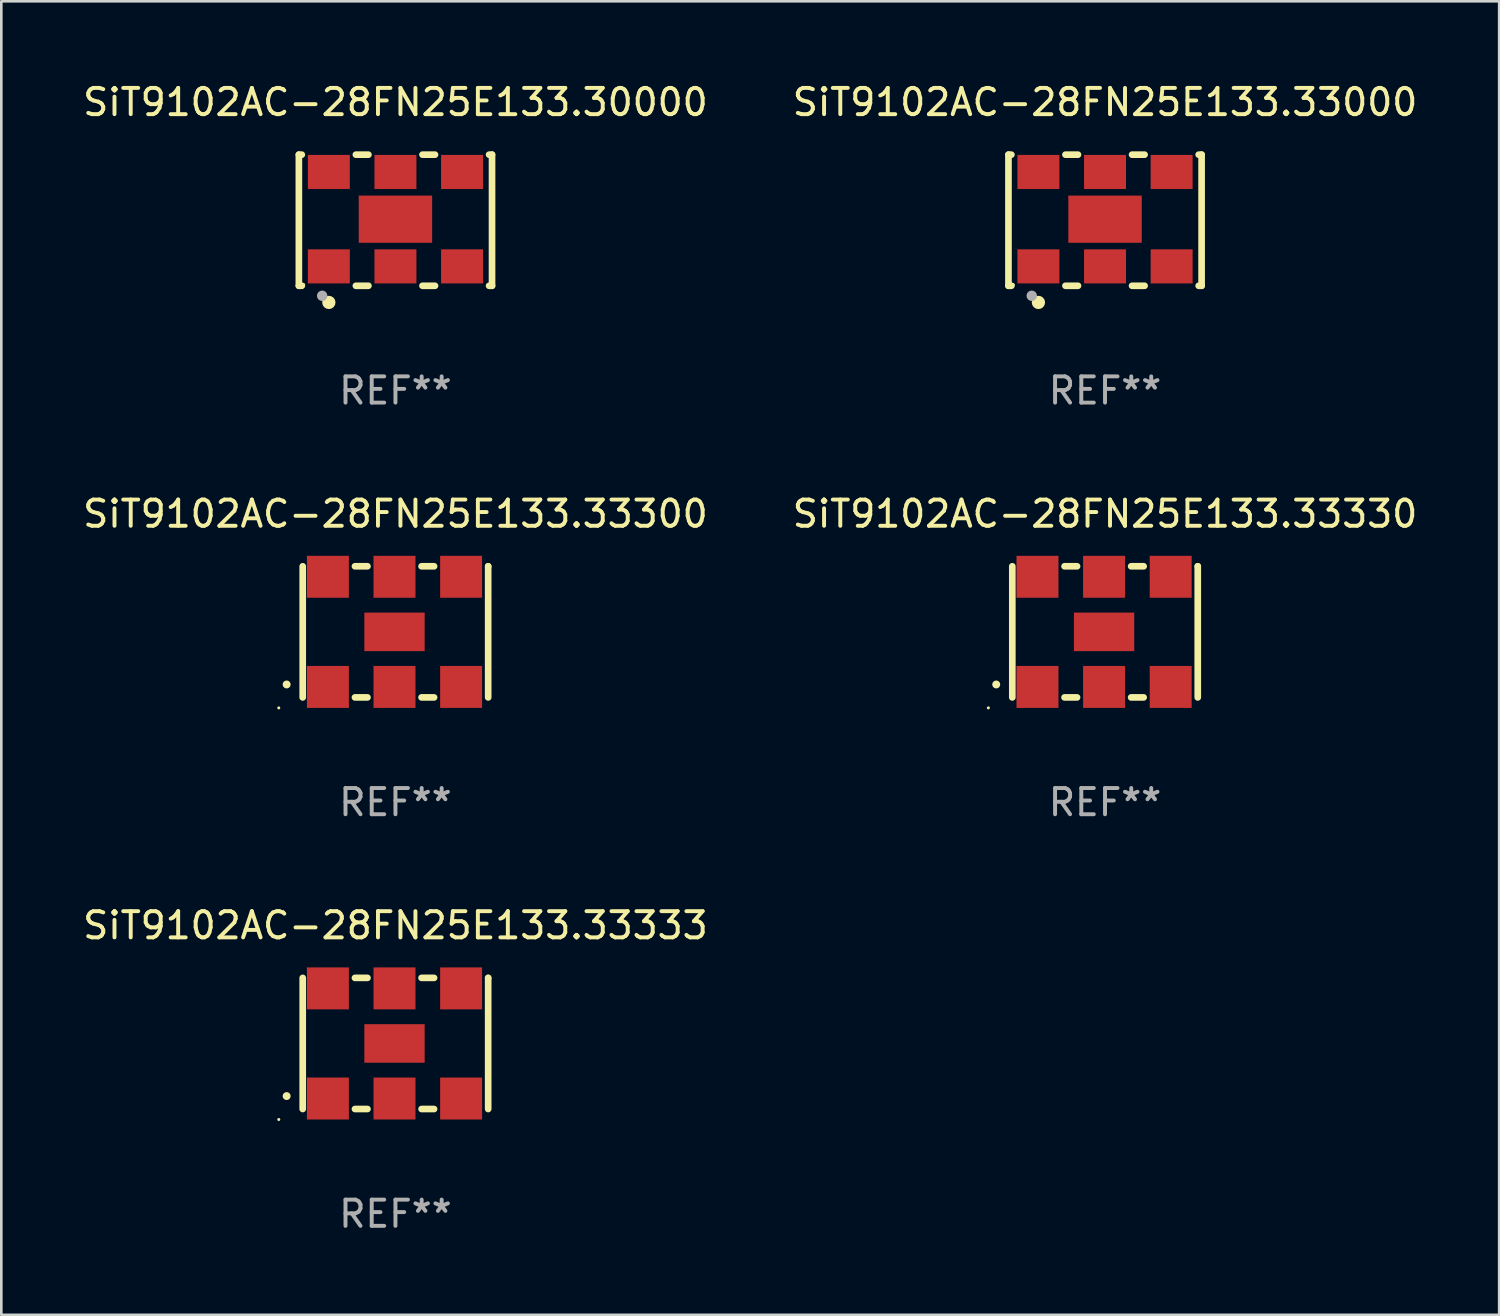
<source format=kicad_pcb>
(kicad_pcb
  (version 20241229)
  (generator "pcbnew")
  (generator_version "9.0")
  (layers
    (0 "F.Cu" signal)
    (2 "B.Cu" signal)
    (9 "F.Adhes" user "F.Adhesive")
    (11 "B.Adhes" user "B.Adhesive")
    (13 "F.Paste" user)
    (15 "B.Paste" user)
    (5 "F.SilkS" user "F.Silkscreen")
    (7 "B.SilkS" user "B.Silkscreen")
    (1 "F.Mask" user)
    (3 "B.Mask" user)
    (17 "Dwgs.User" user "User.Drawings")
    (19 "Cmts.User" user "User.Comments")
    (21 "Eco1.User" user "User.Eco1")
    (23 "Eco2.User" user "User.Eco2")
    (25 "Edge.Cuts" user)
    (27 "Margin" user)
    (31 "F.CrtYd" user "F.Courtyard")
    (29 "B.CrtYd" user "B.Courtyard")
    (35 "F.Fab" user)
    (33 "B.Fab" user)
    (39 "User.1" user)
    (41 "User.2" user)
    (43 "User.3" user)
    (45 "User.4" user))
  (footprint "SiT9102AC-28FN25E133.33330"
    (layer "F.Cu")
    (at 39.089 21.045)
    (property "Reference" "SiT9102AC-28FN25E133.33330" (at 0 -4.5 0) (layer "F.SilkS") (effects (font (size 1 1) (thickness 0.15))))
    (attr through_hole)
    (fp_line (start -3.536 -2.5) (end -3.536 2.5) (stroke (width 0.254) (type solid)) (layer "F.SilkS"))
    (fp_line (start -1.544 2.5) (end -1.067 2.5) (stroke (width 0.254) (type solid)) (layer "F.SilkS"))
    (fp_line (start -1.067 -2.5) (end -1.544 -2.5) (stroke (width 0.254) (type solid)) (layer "F.SilkS"))
    (fp_line (start 0.996 2.5) (end 1.473 2.5) (stroke (width 0.254) (type solid)) (layer "F.SilkS"))
    (fp_line (start 1.473 -2.5) (end 0.996 -2.5) (stroke (width 0.254) (type solid)) (layer "F.SilkS"))
    (fp_line (start 3.536 -2.5) (end 3.536 -2.5) (stroke (width 0.254) (type solid)) (layer "F.SilkS"))
    (fp_line (start 3.536 2.5) (end 3.536 -2.5) (stroke (width 0.254) (type solid)) (layer "F.SilkS"))
    (fp_arc (start -4.150432 2.006604) (mid -4.149162 2.006599) (end -4.147892 2.006604) (stroke (width 0.3) (type solid)) (layer "F.SilkS"))
    (fp_circle (center -4.449 2.9) (end -4.419 2.9) (stroke (width 0.06) (type solid)) (fill no) (layer "F.SilkS"))
    (fp_text user "REF**" (at 0 6.5 0) (layer "F.Fab") (effects (font (size 1 1) (thickness 0.15))))
    (pad "1" smd rect (at -2.576 2.1) (size 1.6 1.6) (layers "F.Cu" "F.Mask" "F.Paste"))
    (pad "2" smd rect (at -0.036 2.1) (size 1.6 1.6) (layers "F.Cu" "F.Mask" "F.Paste"))
    (pad "3" smd rect (at 2.504 2.1) (size 1.6 1.6) (layers "F.Cu" "F.Mask" "F.Paste"))
    (pad "4" smd rect (at 2.504 -2.1) (size 1.6 1.6) (layers "F.Cu" "F.Mask" "F.Paste"))
    (pad "5" smd rect (at -0.036 -2.1) (size 1.6 1.6) (layers "F.Cu" "F.Mask" "F.Paste"))
    (pad "6" smd rect (at -2.576 -2.1) (size 1.6 1.6) (layers "F.Cu" "F.Mask" "F.Paste"))
    (pad "7" smd rect (at -0.036 0) (size 2.3 1.47) (layers "F.Cu" "F.Mask" "F.Paste")))
  (footprint "SiT9102AC-28FN25E133.33000"
    (layer "F.Cu")
    (at 39.089 5.348)
    (property "Reference" "SiT9102AC-28FN25E133.33000" (at 0 -4.5 0) (layer "F.SilkS") (effects (font (size 1 1) (thickness 0.15))))
    (attr through_hole)
    (fp_line (start -3.683 -2.5) (end -3.571 -2.5) (stroke (width 0.254) (type solid)) (layer "F.SilkS"))
    (fp_line (start -3.683 2.5) (end -3.683 -2.5) (stroke (width 0.254) (type solid)) (layer "F.SilkS"))
    (fp_line (start -3.683 2.5) (end -3.571 2.5) (stroke (width 0.254) (type solid)) (layer "F.SilkS"))
    (fp_line (start -1.509 -2.5) (end -1.031 -2.5) (stroke (width 0.254) (type solid)) (layer "F.SilkS"))
    (fp_line (start -1.509 2.5) (end -1.031 2.5) (stroke (width 0.254) (type solid)) (layer "F.SilkS"))
    (fp_line (start 1.031 -2.5) (end 1.509 -2.5) (stroke (width 0.254) (type solid)) (layer "F.SilkS"))
    (fp_line (start 1.031 2.5) (end 1.509 2.5) (stroke (width 0.254) (type solid)) (layer "F.SilkS"))
    (fp_line (start 3.571 -2.5) (end 3.683 -2.5) (stroke (width 0.254) (type solid)) (layer "F.SilkS"))
    (fp_line (start 3.571 2.5) (end 3.683 2.5) (stroke (width 0.254) (type solid)) (layer "F.SilkS"))
    (fp_line (start 3.683 2.5) (end 3.683 -2.5) (stroke (width 0.254) (type solid)) (layer "F.SilkS"))
    (fp_circle (center -3.5 2.46) (end -3.47 2.46) (stroke (width 0.06) (type solid)) (fill no) (layer "F.SilkS"))
    (fp_circle (center -2.54 3.135) (end -2.413 3.135) (stroke (width 0.254) (type solid)) (fill no) (layer "F.SilkS"))
    (fp_circle (center -2.794 2.881) (end -2.694 2.881) (stroke (width 0.2) (type solid)) (fill no) (layer "F.Fab"))
    (fp_text user "REF**" (at 0 6.5 0) (layer "F.Fab") (effects (font (size 1 1) (thickness 0.15))))
    (pad "1" smd rect (at -2.54 1.76) (size 1.6 1.3) (layers "F.Cu" "F.Mask" "F.Paste"))
    (pad "2" smd rect (at 0 1.76) (size 1.6 1.3) (layers "F.Cu" "F.Mask" "F.Paste"))
    (pad "3" smd rect (at 2.54 1.76) (size 1.6 1.3) (layers "F.Cu" "F.Mask" "F.Paste"))
    (pad "4" smd rect (at 2.54 -1.84) (size 1.6 1.3) (layers "F.Cu" "F.Mask" "F.Paste"))
    (pad "5" smd rect (at 0 -1.84) (size 1.6 1.3) (layers "F.Cu" "F.Mask" "F.Paste"))
    (pad "6" smd rect (at -2.54 -1.84) (size 1.6 1.3) (layers "F.Cu" "F.Mask" "F.Paste"))
    (pad "7" smd rect (at 0 -0.04) (size 2.8 1.8) (layers "F.Cu" "F.Mask" "F.Paste")))
  (footprint "SiT9102AC-28FN25E133.30000"
    (layer "F.Cu")
    (at 12.03 5.348)
    (property "Reference" "SiT9102AC-28FN25E133.30000" (at 0 -4.5 0) (layer "F.SilkS") (effects (font (size 1 1) (thickness 0.15))))
    (attr through_hole)
    (fp_line (start -3.683 -2.5) (end -3.571 -2.5) (stroke (width 0.254) (type solid)) (layer "F.SilkS"))
    (fp_line (start -3.683 2.5) (end -3.683 -2.5) (stroke (width 0.254) (type solid)) (layer "F.SilkS"))
    (fp_line (start -3.683 2.5) (end -3.571 2.5) (stroke (width 0.254) (type solid)) (layer "F.SilkS"))
    (fp_line (start -1.509 -2.5) (end -1.031 -2.5) (stroke (width 0.254) (type solid)) (layer "F.SilkS"))
    (fp_line (start -1.509 2.5) (end -1.031 2.5) (stroke (width 0.254) (type solid)) (layer "F.SilkS"))
    (fp_line (start 1.031 -2.5) (end 1.509 -2.5) (stroke (width 0.254) (type solid)) (layer "F.SilkS"))
    (fp_line (start 1.031 2.5) (end 1.509 2.5) (stroke (width 0.254) (type solid)) (layer "F.SilkS"))
    (fp_line (start 3.571 -2.5) (end 3.683 -2.5) (stroke (width 0.254) (type solid)) (layer "F.SilkS"))
    (fp_line (start 3.571 2.5) (end 3.683 2.5) (stroke (width 0.254) (type solid)) (layer "F.SilkS"))
    (fp_line (start 3.683 2.5) (end 3.683 -2.5) (stroke (width 0.254) (type solid)) (layer "F.SilkS"))
    (fp_circle (center -3.5 2.46) (end -3.47 2.46) (stroke (width 0.06) (type solid)) (fill no) (layer "F.SilkS"))
    (fp_circle (center -2.54 3.135) (end -2.413 3.135) (stroke (width 0.254) (type solid)) (fill no) (layer "F.SilkS"))
    (fp_circle (center -2.794 2.881) (end -2.694 2.881) (stroke (width 0.2) (type solid)) (fill no) (layer "F.Fab"))
    (fp_text user "REF**" (at 0 6.5 0) (layer "F.Fab") (effects (font (size 1 1) (thickness 0.15))))
    (pad "1" smd rect (at -2.54 1.76) (size 1.6 1.3) (layers "F.Cu" "F.Mask" "F.Paste"))
    (pad "2" smd rect (at 0 1.76) (size 1.6 1.3) (layers "F.Cu" "F.Mask" "F.Paste"))
    (pad "3" smd rect (at 2.54 1.76) (size 1.6 1.3) (layers "F.Cu" "F.Mask" "F.Paste"))
    (pad "4" smd rect (at 2.54 -1.84) (size 1.6 1.3) (layers "F.Cu" "F.Mask" "F.Paste"))
    (pad "5" smd rect (at 0 -1.84) (size 1.6 1.3) (layers "F.Cu" "F.Mask" "F.Paste"))
    (pad "6" smd rect (at -2.54 -1.84) (size 1.6 1.3) (layers "F.Cu" "F.Mask" "F.Paste"))
    (pad "7" smd rect (at 0 -0.04) (size 2.8 1.8) (layers "F.Cu" "F.Mask" "F.Paste")))
  (footprint "SiT9102AC-28FN25E133.33333"
    (layer "F.Cu")
    (at 12.03 36.741)
    (property "Reference" "SiT9102AC-28FN25E133.33333" (at 0 -4.5 0) (layer "F.SilkS") (effects (font (size 1 1) (thickness 0.15))))
    (attr through_hole)
    (fp_line (start -3.536 -2.5) (end -3.536 2.5) (stroke (width 0.254) (type solid)) (layer "F.SilkS"))
    (fp_line (start -1.544 2.5) (end -1.067 2.5) (stroke (width 0.254) (type solid)) (layer "F.SilkS"))
    (fp_line (start -1.067 -2.5) (end -1.544 -2.5) (stroke (width 0.254) (type solid)) (layer "F.SilkS"))
    (fp_line (start 0.996 2.5) (end 1.473 2.5) (stroke (width 0.254) (type solid)) (layer "F.SilkS"))
    (fp_line (start 1.473 -2.5) (end 0.996 -2.5) (stroke (width 0.254) (type solid)) (layer "F.SilkS"))
    (fp_line (start 3.536 -2.5) (end 3.536 -2.5) (stroke (width 0.254) (type solid)) (layer "F.SilkS"))
    (fp_line (start 3.536 2.5) (end 3.536 -2.5) (stroke (width 0.254) (type solid)) (layer "F.SilkS"))
    (fp_arc (start -4.150432 2.006604) (mid -4.149162 2.006599) (end -4.147892 2.006604) (stroke (width 0.3) (type solid)) (layer "F.SilkS"))
    (fp_circle (center -4.449 2.9) (end -4.419 2.9) (stroke (width 0.06) (type solid)) (fill no) (layer "F.SilkS"))
    (fp_text user "REF**" (at 0 6.5 0) (layer "F.Fab") (effects (font (size 1 1) (thickness 0.15))))
    (pad "1" smd rect (at -2.576 2.1) (size 1.6 1.6) (layers "F.Cu" "F.Mask" "F.Paste"))
    (pad "2" smd rect (at -0.036 2.1) (size 1.6 1.6) (layers "F.Cu" "F.Mask" "F.Paste"))
    (pad "3" smd rect (at 2.504 2.1) (size 1.6 1.6) (layers "F.Cu" "F.Mask" "F.Paste"))
    (pad "4" smd rect (at 2.504 -2.1) (size 1.6 1.6) (layers "F.Cu" "F.Mask" "F.Paste"))
    (pad "5" smd rect (at -0.036 -2.1) (size 1.6 1.6) (layers "F.Cu" "F.Mask" "F.Paste"))
    (pad "6" smd rect (at -2.576 -2.1) (size 1.6 1.6) (layers "F.Cu" "F.Mask" "F.Paste"))
    (pad "7" smd rect (at -0.036 0) (size 2.3 1.47) (layers "F.Cu" "F.Mask" "F.Paste")))
  (footprint "SiT9102AC-28FN25E133.33300"
    (layer "F.Cu")
    (at 12.03 21.045)
    (property "Reference" "SiT9102AC-28FN25E133.33300" (at 0 -4.5 0) (layer "F.SilkS") (effects (font (size 1 1) (thickness 0.15))))
    (attr through_hole)
    (fp_line (start -3.536 -2.5) (end -3.536 2.5) (stroke (width 0.254) (type solid)) (layer "F.SilkS"))
    (fp_line (start -1.544 2.5) (end -1.067 2.5) (stroke (width 0.254) (type solid)) (layer "F.SilkS"))
    (fp_line (start -1.067 -2.5) (end -1.544 -2.5) (stroke (width 0.254) (type solid)) (layer "F.SilkS"))
    (fp_line (start 0.996 2.5) (end 1.473 2.5) (stroke (width 0.254) (type solid)) (layer "F.SilkS"))
    (fp_line (start 1.473 -2.5) (end 0.996 -2.5) (stroke (width 0.254) (type solid)) (layer "F.SilkS"))
    (fp_line (start 3.536 -2.5) (end 3.536 -2.5) (stroke (width 0.254) (type solid)) (layer "F.SilkS"))
    (fp_line (start 3.536 2.5) (end 3.536 -2.5) (stroke (width 0.254) (type solid)) (layer "F.SilkS"))
    (fp_arc (start -4.150432 2.006604) (mid -4.149162 2.006599) (end -4.147892 2.006604) (stroke (width 0.3) (type solid)) (layer "F.SilkS"))
    (fp_circle (center -4.449 2.9) (end -4.419 2.9) (stroke (width 0.06) (type solid)) (fill no) (layer "F.SilkS"))
    (fp_text user "REF**" (at 0 6.5 0) (layer "F.Fab") (effects (font (size 1 1) (thickness 0.15))))
    (pad "1" smd rect (at -2.576 2.1) (size 1.6 1.6) (layers "F.Cu" "F.Mask" "F.Paste"))
    (pad "2" smd rect (at -0.036 2.1) (size 1.6 1.6) (layers "F.Cu" "F.Mask" "F.Paste"))
    (pad "3" smd rect (at 2.504 2.1) (size 1.6 1.6) (layers "F.Cu" "F.Mask" "F.Paste"))
    (pad "4" smd rect (at 2.504 -2.1) (size 1.6 1.6) (layers "F.Cu" "F.Mask" "F.Paste"))
    (pad "5" smd rect (at -0.036 -2.1) (size 1.6 1.6) (layers "F.Cu" "F.Mask" "F.Paste"))
    (pad "6" smd rect (at -2.576 -2.1) (size 1.6 1.6) (layers "F.Cu" "F.Mask" "F.Paste"))
    (pad "7" smd rect (at -0.036 0) (size 2.3 1.47) (layers "F.Cu" "F.Mask" "F.Paste")))
  (gr_rect
    (start -3 -3)
    (end 54.119 47.09)
    (stroke (width 0.1) (type default))
    (fill no)
    (layer "Edge.Cuts")))
</source>
